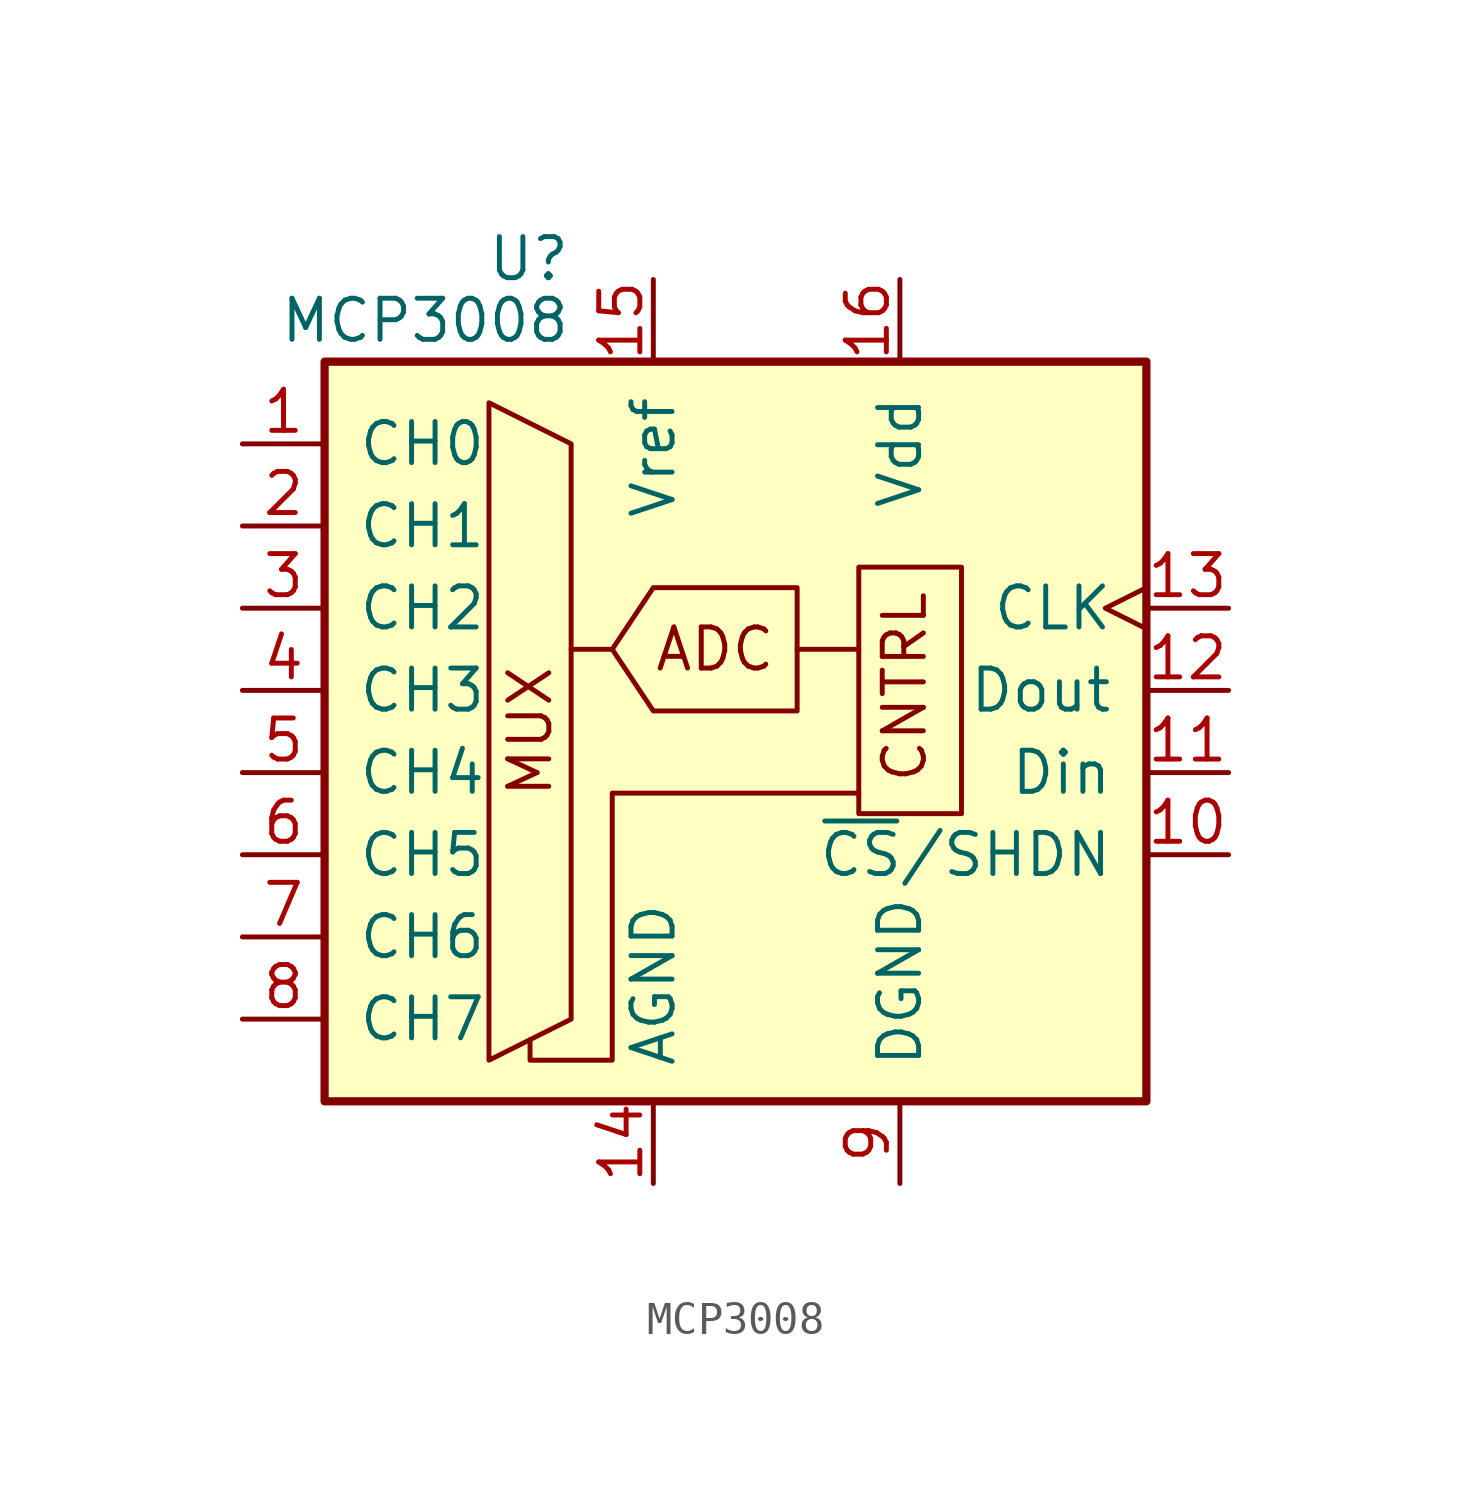
<source format=kicad_sym>
(kicad_symbol_lib
  (version 20220914)
  (generator kicad_symbol_editor)
  (symbol "MCP3008"
    (pin_names
      (offset 1.016))
    (property "Reference" "U"
      (at -5.08 13.335 0)
      (effects (font (size 1.27 1.27)) (justify right)))
    (property "Value" "MCP3008"
      (at -5.08 11.43 0)
      (effects (font (size 1.27 1.27)) (justify right)))
    (symbol "MCP3008_0_0"
      (text "ADC" (at -0.635 1.27 0) (effects (font (size 1.27 1.27))))
      (text "CNTRL" (at 5.969 -2.921 900) (effects (font (size 1.27 1.27)) (justify left bottom)))
      (text "MUX" (at -6.35 -1.27 900) (effects (font (size 1.27 1.27)))))
    (symbol "MCP3008_0_1"
      (polyline (pts (xy -3.81 1.27) (xy -5.08 1.27)) (stroke (width 0) (type default)) (fill (type none)))
      (polyline (pts (xy 1.905 1.27) (xy 3.81 1.27)) (stroke (width 0) (type default)) (fill (type none)))
      (polyline (pts (xy -7.62 8.89) (xy -7.62 -11.43) (xy -5.08 -10.16) (xy -5.08 7.62) (xy -7.62 8.89)) (stroke (width 0) (type default)) (fill (type none)))
      (polyline (pts (xy 3.81 -3.175) (xy -3.81 -3.175) (xy -3.81 -11.43) (xy -6.35 -11.43) (xy -6.35 -10.795)) (stroke (width 0) (type default)) (fill (type none)))
      (polyline (pts (xy 1.905 3.175) (xy 1.905 -0.635) (xy -2.54 -0.635) (xy -3.81 1.27) (xy -2.54 3.175) (xy 1.905 3.175)) (stroke (width 0) (type default)) (fill (type none)))
      (rectangle (start 3.81 -3.81) (end 6.985 3.81) (stroke (width 0) (type default)) (fill (type none)))
      (rectangle (start 12.7 -12.7) (end -12.7 10.16) (stroke (width 0.254) (type default)) (fill (type background))))
    (symbol "MCP3008_1_1"
      (pin input line (at -15.24 7.62 0) (length 2.54) (name "CH0" (effects (font (size 1.27 1.27)))) (number "1" (effects (font (size 1.27 1.27)))))
      (pin input line (at 15.24 -5.08 180) (length 2.54) (name "~{CS}/SHDN" (effects (font (size 1.27 1.27)))) (number "10" (effects (font (size 1.27 1.27)))))
      (pin input line (at 15.24 -2.54 180) (length 2.54) (name "Din" (effects (font (size 1.27 1.27)))) (number "11" (effects (font (size 1.27 1.27)))))
      (pin tri_state line (at 15.24 0 180) (length 2.54) (name "Dout" (effects (font (size 1.27 1.27)))) (number "12" (effects (font (size 1.27 1.27)))))
      (pin input clock (at 15.24 2.54 180) (length 2.54) (name "CLK" (effects (font (size 1.27 1.27)))) (number "13" (effects (font (size 1.27 1.27)))))
      (pin power_in line (at -2.54 -15.24 90) (length 2.54) (name "AGND" (effects (font (size 1.27 1.27)))) (number "14" (effects (font (size 1.27 1.27)))))
      (pin power_in line (at -2.54 12.7 270) (length 2.54) (name "Vref" (effects (font (size 1.27 1.27)))) (number "15" (effects (font (size 1.27 1.27)))))
      (pin power_in line (at 5.08 12.7 270) (length 2.54) (name "Vdd" (effects (font (size 1.27 1.27)))) (number "16" (effects (font (size 1.27 1.27)))))
      (pin input line (at -15.24 5.08 0) (length 2.54) (name "CH1" (effects (font (size 1.27 1.27)))) (number "2" (effects (font (size 1.27 1.27)))))
      (pin input line (at -15.24 2.54 0) (length 2.54) (name "CH2" (effects (font (size 1.27 1.27)))) (number "3" (effects (font (size 1.27 1.27)))))
      (pin input line (at -15.24 0 0) (length 2.54) (name "CH3" (effects (font (size 1.27 1.27)))) (number "4" (effects (font (size 1.27 1.27)))))
      (pin input line (at -15.24 -2.54 0) (length 2.54) (name "CH4" (effects (font (size 1.27 1.27)))) (number "5" (effects (font (size 1.27 1.27)))))
      (pin input line (at -15.24 -5.08 0) (length 2.54) (name "CH5" (effects (font (size 1.27 1.27)))) (number "6" (effects (font (size 1.27 1.27)))))
      (pin input line (at -15.24 -7.62 0) (length 2.54) (name "CH6" (effects (font (size 1.27 1.27)))) (number "7" (effects (font (size 1.27 1.27)))))
      (pin input line (at -15.24 -10.16 0) (length 2.54) (name "CH7" (effects (font (size 1.27 1.27)))) (number "8" (effects (font (size 1.27 1.27)))))
      (pin power_in line (at 5.08 -15.24 90) (length 2.54) (name "DGND" (effects (font (size 1.27 1.27)))) (number "9" (effects (font (size 1.27 1.27))))))))
</source>
